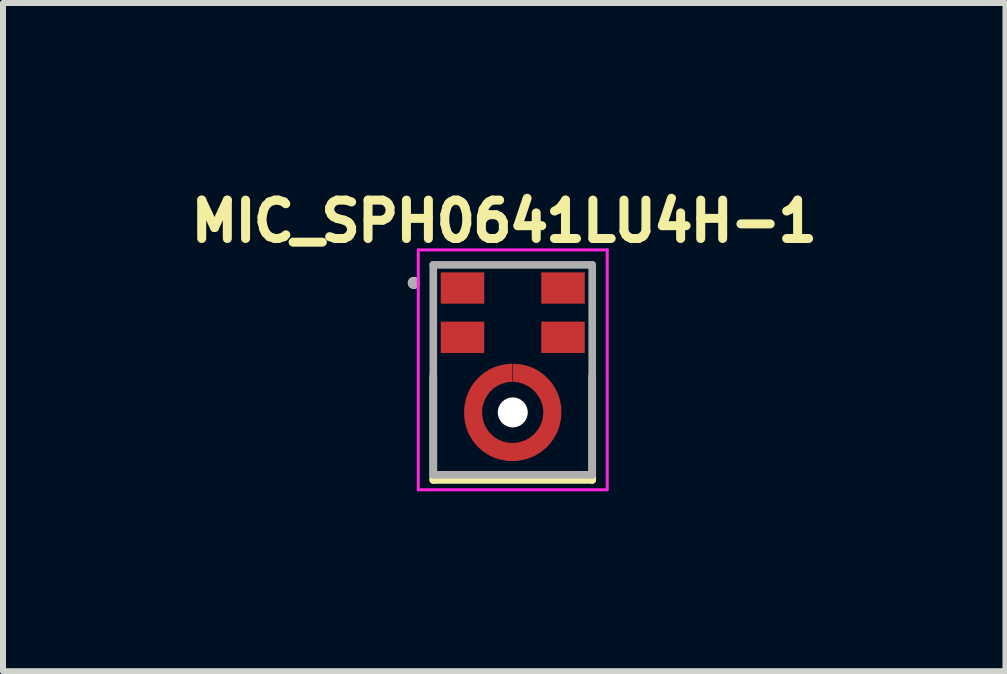
<source format=kicad_pcb>
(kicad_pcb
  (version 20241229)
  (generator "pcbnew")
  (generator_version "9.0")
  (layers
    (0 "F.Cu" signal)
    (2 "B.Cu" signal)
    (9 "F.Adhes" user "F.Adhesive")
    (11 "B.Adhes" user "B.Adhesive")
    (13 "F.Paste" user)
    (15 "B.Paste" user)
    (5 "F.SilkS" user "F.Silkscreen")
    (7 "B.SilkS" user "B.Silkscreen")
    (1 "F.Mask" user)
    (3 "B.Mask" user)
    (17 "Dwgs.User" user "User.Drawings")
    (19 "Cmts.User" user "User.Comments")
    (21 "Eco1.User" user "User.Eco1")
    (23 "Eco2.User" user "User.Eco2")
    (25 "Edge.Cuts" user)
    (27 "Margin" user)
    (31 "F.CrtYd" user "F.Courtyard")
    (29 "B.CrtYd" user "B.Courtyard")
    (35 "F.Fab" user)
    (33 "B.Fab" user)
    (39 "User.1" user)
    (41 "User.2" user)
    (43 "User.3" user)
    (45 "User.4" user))
  (footprint "MIC_SPH0641LU4H-1"
    (layer "F.Cu")
    (at 5.499 3.826)
    (property "Reference" "MIC_SPH0641LU4H-1" (at -0.142 -3.188 0) (layer "F.SilkS") (effects (font (size 0.64 0.64) (thickness 0.15))))
    (attr through_hole)
    (fp_circle (center 0 0) (end 0.65 0) (stroke (width 0.3) (type solid)) (fill no) (layer "F.Mask"))
    (fp_line (start -1.325 1.126) (end -1.325 -0.6) (stroke (width 0.127) (type solid)) (layer "F.SilkS"))
    (fp_line (start 1.325 -0.6) (end 1.325 1.126) (stroke (width 0.127) (type solid)) (layer "F.SilkS"))
    (fp_line (start 1.325 1.126) (end -1.325 1.126) (stroke (width 0.127) (type solid)) (layer "F.SilkS"))
    (fp_circle (center -1.651 -2.159) (end -1.601 -2.159) (stroke (width 0.1) (type solid)) (fill no) (layer "F.SilkS"))
    (fp_poly (pts (xy -0.53 0.38) (xy -0.425 0.28) (xy -0.46 0.23) (xy -0.5 0.12) (xy -0.514 0) (xy -0.5 -0.12) (xy -0.462 -0.225) (xy -0.426 -0.288) (xy -0.525 -0.385) (xy -0.64 -0.5) (xy -0.705 -0.405) (xy -0.75 -0.31) (xy -0.78 -0.22) (xy -0.8 -0.14) (xy -0.81 0) (xy -0.796 0.16) (xy -0.75 0.31) (xy -0.69 0.425) (xy -0.645 0.495)) (stroke (width 0.001) (type solid)) (fill yes) (layer "F.Paste"))
    (fp_poly (pts (xy 0.53 -0.375) (xy 0.435 -0.28) (xy 0.46 -0.23) (xy 0.485 -0.175) (xy 0.5 -0.12) (xy 0.51 -0.06) (xy 0.514 0) (xy 0.5 0.12) (xy 0.462 0.225) (xy 0.426 0.283) (xy 0.525 0.385) (xy 0.64 0.5) (xy 0.7 0.41) (xy 0.75 0.31) (xy 0.78 0.23) (xy 0.8 0.14) (xy 0.81 0) (xy 0.796 -0.16) (xy 0.75 -0.31) (xy 0.7 -0.415) (xy 0.645 -0.49)) (stroke (width 0.001) (type solid)) (fill yes) (layer "F.Paste"))
    (fp_poly (pts (xy 0.385 0.53) (xy 0.28 0.425) (xy 0.23 0.46) (xy 0.12 0.5) (xy 0 0.514) (xy -0.12 0.5) (xy -0.225 0.462) (xy -0.283 0.421) (xy -0.38 0.52) (xy -0.5 0.64) (xy -0.405 0.705) (xy -0.31 0.75) (xy -0.23 0.78) (xy -0.14 0.8) (xy -0.06 0.81) (xy 0 0.81) (xy 0.065 0.81) (xy 0.16 0.796) (xy 0.235 0.78) (xy 0.31 0.75) (xy 0.405 0.705) (xy 0.5 0.64)) (stroke (width 0.001) (type solid)) (fill yes) (layer "F.Paste"))
    (fp_poly (pts (xy -0.385 -0.53) (xy -0.285 -0.43) (xy -0.23 -0.465) (xy -0.12 -0.505) (xy -0.12 -0.51) (xy -0.11 -0.505) (xy -0.005 -0.52) (xy 0.005 -0.524) (xy 0.005 -0.52) (xy 0.125 -0.505) (xy 0.225 -0.462) (xy 0.293 -0.426) (xy 0.39 -0.525) (xy 0.505 -0.635) (xy 0.41 -0.7) (xy 0.31 -0.75) (xy 0.22 -0.78) (xy 0.14 -0.8) (xy 0 -0.81) (xy -0.16 -0.796) (xy -0.31 -0.75) (xy -0.4 -0.705) (xy -0.5 -0.64)) (stroke (width 0.001) (type solid)) (fill yes) (layer "F.Paste"))
    (fp_line (start -1.575 -2.71) (end 1.575 -2.71) (stroke (width 0.05) (type solid)) (layer "F.CrtYd"))
    (fp_line (start -1.575 1.29) (end -1.575 -2.71) (stroke (width 0.05) (type solid)) (layer "F.CrtYd"))
    (fp_line (start 1.575 -2.71) (end 1.575 1.29) (stroke (width 0.05) (type solid)) (layer "F.CrtYd"))
    (fp_line (start 1.575 1.29) (end -1.575 1.29) (stroke (width 0.05) (type solid)) (layer "F.CrtYd"))
    (fp_line (start -1.325 -2.46) (end 1.325 -2.46) (stroke (width 0.127) (type solid)) (layer "F.Fab"))
    (fp_line (start -1.325 1.04) (end -1.325 -2.46) (stroke (width 0.127) (type solid)) (layer "F.Fab"))
    (fp_line (start 1.325 -2.46) (end 1.325 1.04) (stroke (width 0.127) (type solid)) (layer "F.Fab"))
    (fp_line (start 1.325 1.04) (end -1.325 1.04) (stroke (width 0.127) (type solid)) (layer "F.Fab"))
    (fp_circle (center -1.651 -2.159) (end -1.601 -2.159) (stroke (width 0.1) (type solid)) (fill no) (layer "F.Fab"))
    (pad "" np_thru_hole circle (at 0 0) (size 0.5 0.5) (drill 0.5) (layers "*.Cu" "*.Mask"))
    (pad "1" smd rect (at -0.838 -2.074) (size 0.725 0.522) (layers "F.Cu" "F.Mask" "F.Paste"))
    (pad "2" smd rect (at -0.838 -1.252) (size 0.725 0.522) (layers "F.Cu" "F.Mask" "F.Paste"))
    (pad "3" smd custom (at 0.656 -0.013) (size 0.1 0.1) (layers "F.Cu") (options (anchor rect)) (primitives (gr_poly (pts (xy -0.661 -0.497) (xy -0.661 -0.797) (xy -0.705 -0.796) (xy -0.747 -0.793) (xy -0.789 -0.787) (xy -0.83 -0.779) (xy -0.871 -0.77) (xy -0.911 -0.758) (xy -0.951 -0.745) (xy -0.99 -0.729) (xy -1.028 -0.711) (xy -1.065 -0.69) (xy -1.101 -0.668) (xy -1.135 -0.644) (xy -1.169 -0.619) (xy -1.2 -0.592) (xy -1.231 -0.562) (xy -1.26 -0.531) (xy -1.287 -0.5) (xy -1.313 -0.467) (xy -1.337 -0.432) (xy -1.358 -0.397) (xy -1.379 -0.359) (xy -1.397 -0.322) (xy -1.413 -0.282) (xy -1.427 -0.242) (xy -1.439 -0.203) (xy -1.448 -0.162) (xy -1.456 -0.12) (xy -1.462 -0.079) (xy -1.465 -0.036) (xy -1.466 0.003) (xy -1.466 0.072) (xy -1.463 0.104) (xy -1.459 0.142) (xy -1.452 0.18) (xy -1.443 0.218) (xy -1.433 0.256) (xy -1.421 0.292) (xy -1.407 0.329) (xy -1.392 0.363) (xy -1.374 0.399) (xy -1.356 0.431) (xy -1.335 0.465) (xy -1.313 0.496) (xy -1.289 0.526) (xy -1.264 0.556) (xy -1.238 0.585) (xy -1.21 0.612) (xy -1.181 0.637) (xy -1.151 0.661) (xy -1.12 0.683) (xy -1.087 0.705) (xy -1.054 0.725) (xy -1.02 0.743) (xy -0.985 0.758) (xy -0.949 0.772) (xy -0.912 0.785) (xy -0.875 0.796) (xy -0.838 0.805) (xy -0.8 0.812) (xy -0.761 0.819) (xy -0.716 0.823) (xy -0.656 0.823) (xy -0.614 0.822) (xy -0.571 0.819) (xy -0.529 0.812) (xy -0.488 0.804) (xy -0.446 0.794) (xy -0.406 0.782) (xy -0.366 0.768) (xy -0.327 0.752) (xy -0.288 0.735) (xy -0.251 0.714) (xy -0.215 0.692) (xy -0.18 0.667) (xy -0.146 0.641) (xy -0.114 0.615) (xy -0.083 0.586) (xy -0.054 0.554) (xy -0.027 0.522) (xy -0.001 0.488) (xy 0.023 0.454) (xy 0.045 0.417) (xy 0.066 0.381) (xy 0.084 0.342) (xy 0.1 0.302) (xy 0.114 0.263) (xy 0.126 0.223) (xy 0.136 0.18) (xy 0.144 0.14) (xy 0.15 0.098) (xy 0.153 0.054) (xy 0.154 0.013) (xy 0.154 0.003) (xy 0.153 -0.036) (xy 0.15 -0.079) (xy 0.144 -0.12) (xy 0.136 -0.162) (xy 0.127 -0.203) (xy 0.115 -0.242) (xy 0.101 -0.282) (xy 0.085 -0.322) (xy 0.067 -0.359) (xy 0.046 -0.397) (xy 0.025 -0.432) (xy 0.001 -0.467) (xy -0.025 -0.5) (xy -0.052 -0.531) (xy -0.081 -0.562) (xy -0.112 -0.592) (xy -0.143 -0.619) (xy -0.177 -0.644) (xy -0.211 -0.668) (xy -0.247 -0.69) (xy -0.284 -0.711) (xy -0.322 -0.729) (xy -0.361 -0.745) (xy -0.401 -0.758) (xy -0.441 -0.77) (xy -0.482 -0.779) (xy -0.523 -0.787) (xy -0.565 -0.793) (xy -0.607 -0.796) (xy -0.651 -0.797) (xy -0.651 -0.497) (xy -0.636 -0.497) (xy -0.607 -0.494) (xy -0.581 -0.491) (xy -0.556 -0.486) (xy -0.531 -0.48) (xy -0.507 -0.472) (xy -0.483 -0.465) (xy -0.459 -0.455) (xy -0.436 -0.444) (xy -0.413 -0.432) (xy -0.391 -0.419) (xy -0.37 -0.405) (xy -0.349 -0.39) (xy -0.33 -0.373) (xy -0.311 -0.356) (xy -0.292 -0.339) (xy -0.275 -0.32) (xy -0.259 -0.3) (xy -0.243 -0.28) (xy -0.229 -0.259) (xy -0.216 -0.236) (xy -0.203 -0.214) (xy -0.192 -0.192) (xy -0.182 -0.168) (xy -0.173 -0.143) (xy -0.166 -0.119) (xy -0.159 -0.095) (xy -0.154 -0.07) (xy -0.15 -0.044) (xy -0.147 -0.019) (xy -0.146 0.003) (xy -0.146 0.025) (xy -0.148 0.052) (xy -0.151 0.08) (xy -0.155 0.105) (xy -0.161 0.133) (xy -0.168 0.159) (xy -0.177 0.183) (xy -0.187 0.208) (xy -0.198 0.234) (xy -0.211 0.258) (xy -0.224 0.281) (xy -0.239 0.302) (xy -0.255 0.325) (xy -0.272 0.345) (xy -0.291 0.365) (xy -0.31 0.385) (xy -0.33 0.403) (xy -0.351 0.418) (xy -0.373 0.434) (xy -0.396 0.449) (xy -0.419 0.463) (xy -0.443 0.474) (xy -0.468 0.485) (xy -0.493 0.494) (xy -0.519 0.502) (xy -0.545 0.509) (xy -0.572 0.514) (xy -0.598 0.518) (xy -0.625 0.521) (xy -0.656 0.522) (xy -0.666 0.522) (xy -0.696 0.521) (xy -0.723 0.518) (xy -0.749 0.514) (xy -0.775 0.509) (xy -0.8 0.502) (xy -0.825 0.495) (xy -0.85 0.485) (xy -0.874 0.475) (xy -0.898 0.464) (xy -0.921 0.451) (xy -0.943 0.436) (xy -0.965 0.42) (xy -0.986 0.405) (xy -1.005 0.387) (xy -1.024 0.368) (xy -1.042 0.348) (xy -1.059 0.329) (xy -1.075 0.307) (xy -1.089 0.285) (xy -1.103 0.263) (xy -1.115 0.238) (xy -1.126 0.214) (xy -1.136 0.191) (xy -1.144 0.166) (xy -1.151 0.14) (xy -1.157 0.114) (xy -1.161 0.087) (xy -1.164 0.061) (xy -1.166 0.035) (xy -1.166 0.013) (xy -1.165 -0.017) (xy -1.163 -0.043) (xy -1.16 -0.07) (xy -1.155 -0.096) (xy -1.149 -0.121) (xy -1.141 -0.146) (xy -1.132 -0.172) (xy -1.122 -0.197) (xy -1.111 -0.221) (xy -1.098 -0.243) (xy -1.084 -0.267) (xy -1.069 -0.288) (xy -1.053 -0.309) (xy -1.036 -0.33) (xy -1.017 -0.348) (xy -0.998 -0.367) (xy -0.978 -0.385) (xy -0.957 -0.401) (xy -0.935 -0.415) (xy -0.912 -0.429) (xy -0.889 -0.443) (xy -0.865 -0.454) (xy -0.84 -0.464) (xy -0.815 -0.472) (xy -0.79 -0.48) (xy -0.764 -0.486) (xy -0.738 -0.491) (xy -0.712 -0.494) (xy -0.685 -0.496) (xy -0.661 -0.497)) (width 0.001) (fill yes))))
    (pad "4" smd rect (at 0.838 -1.252) (size 0.725 0.522) (layers "F.Cu" "F.Mask" "F.Paste"))
    (pad "5" smd rect (at 0.838 -2.074) (size 0.725 0.522) (layers "F.Cu" "F.Mask" "F.Paste")))
  (gr_rect
    (start -3 -3)
    (end 13.714 8.141)
    (stroke (width 0.1) (type default))
    (fill no)
    (layer "Edge.Cuts")))
</source>
